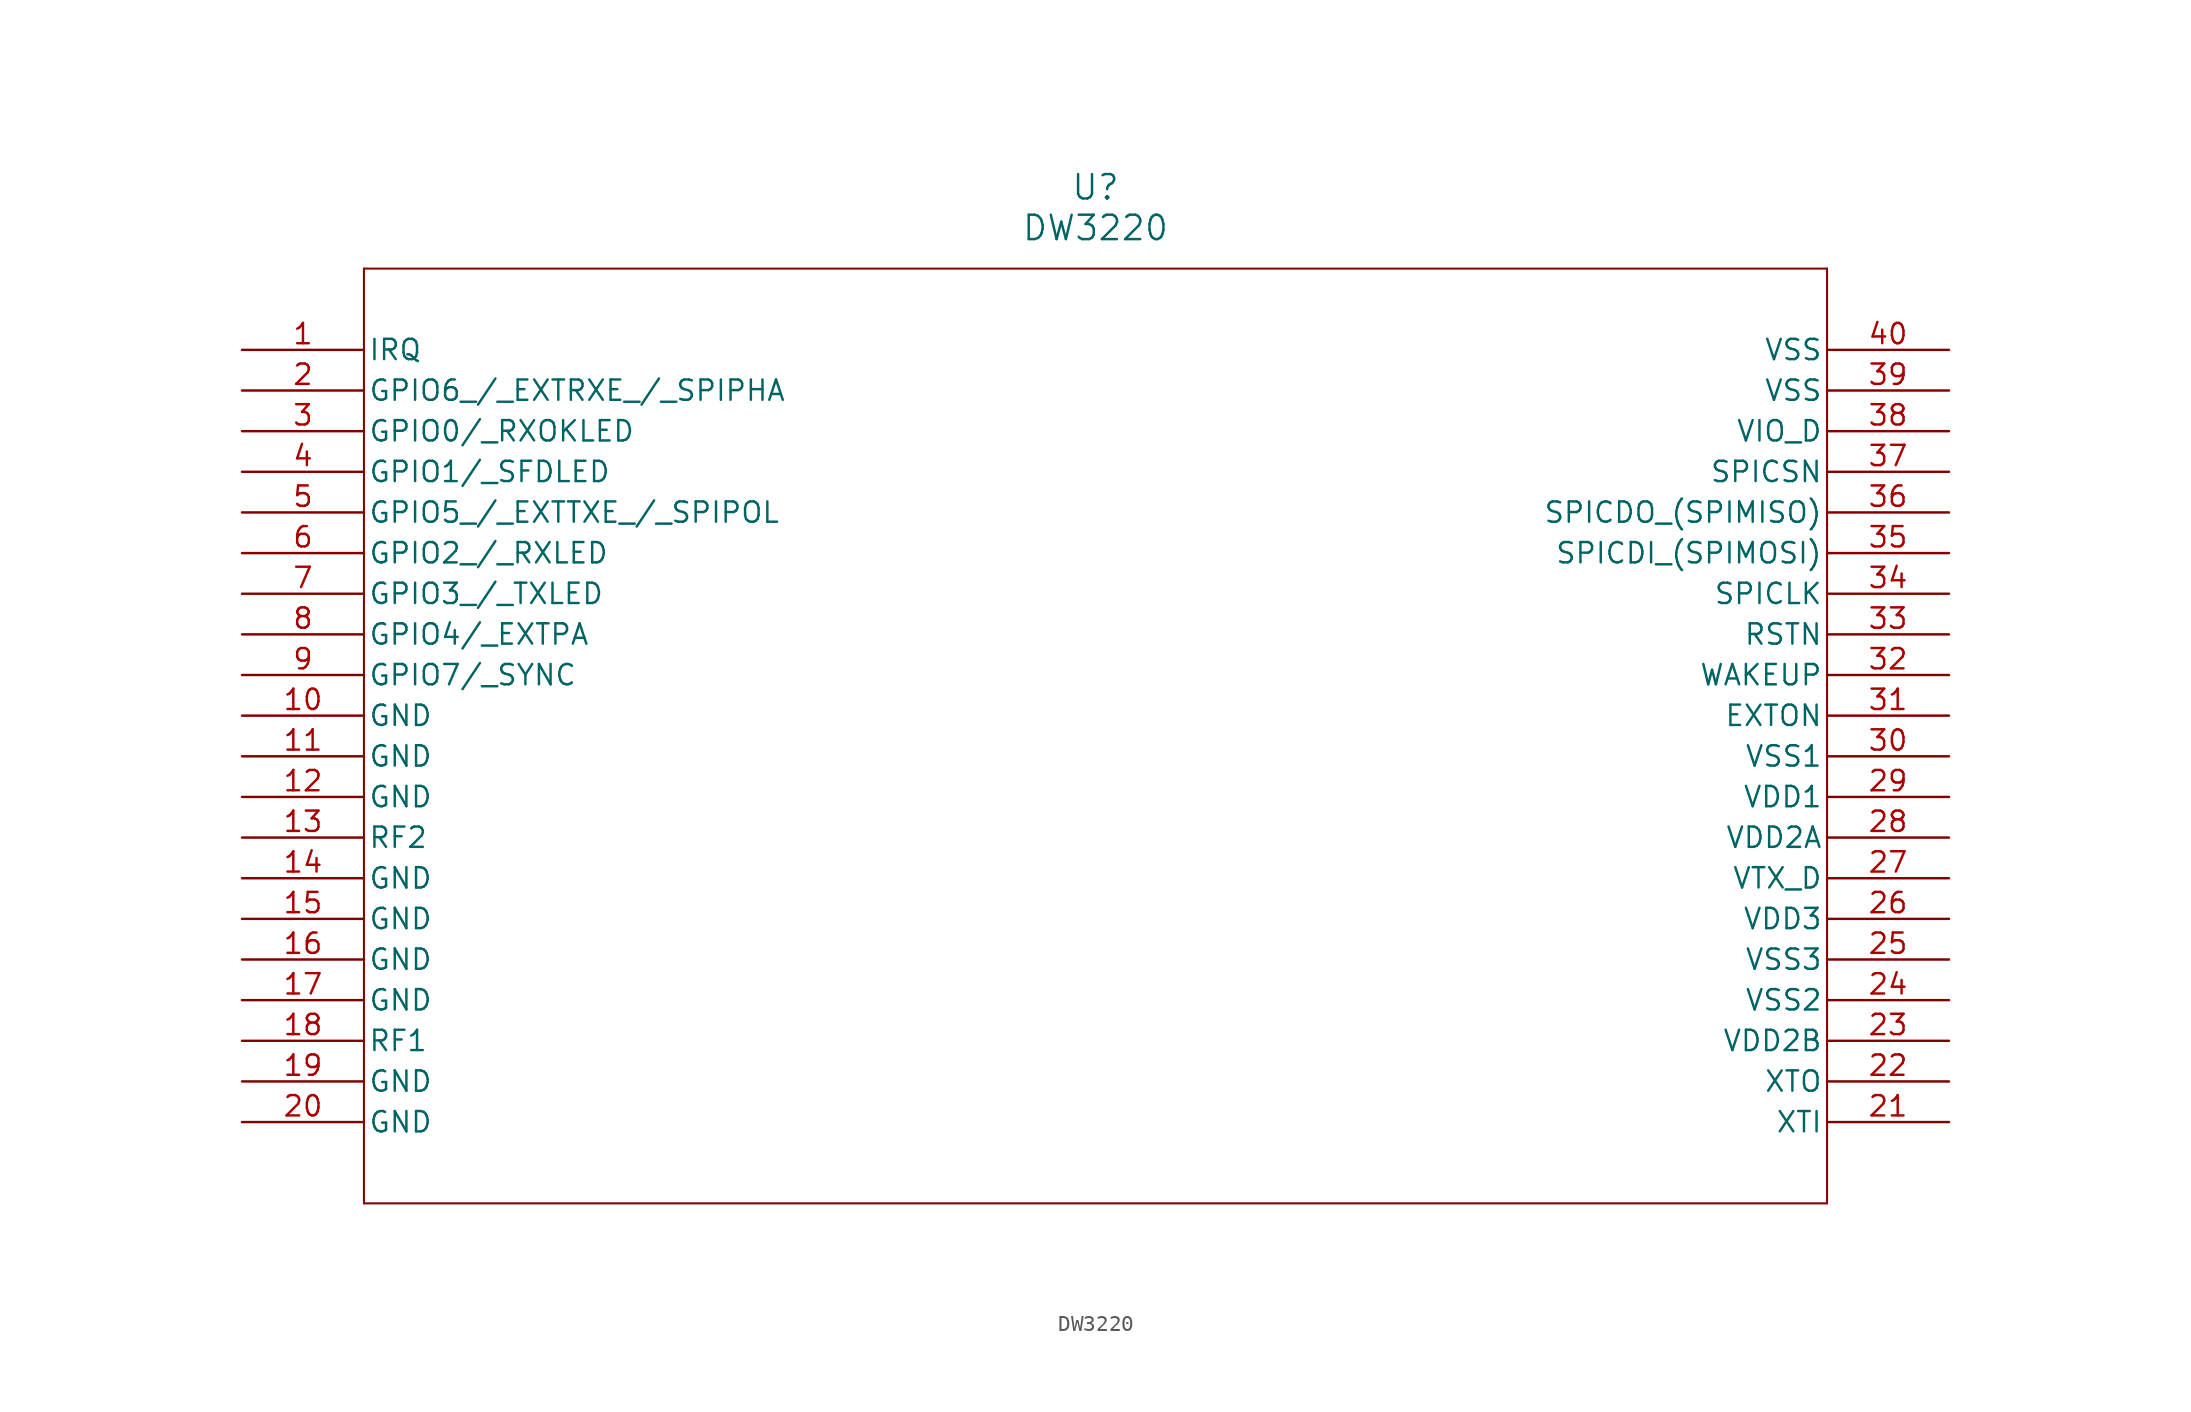
<source format=kicad_sym>
(kicad_symbol_lib
  (version 20241209)
  (generator "kicad_symbol_editor")
  (generator_version "9.0")
  (symbol "DW3220"
    (pin_names
      (offset 0.254))
    (property "Reference" "U"
      (at 53.34 10.16 0)
      (effects (font (size 1.524 1.524))))
    (property "Value" "DW3220"
      (at 53.34 7.62 0)
      (effects (font (size 1.524 1.524))))
    (symbol "DW3220_0_1"
      (polyline (pts (xy 7.62 5.08) (xy 7.62 -53.34)) (stroke (width 0.127) (type default)) (fill (type none)))
      (polyline (pts (xy 7.62 -53.34) (xy 99.06 -53.34)) (stroke (width 0.127) (type default)) (fill (type none)))
      (polyline (pts (xy 99.06 5.08) (xy 7.62 5.08)) (stroke (width 0.127) (type default)) (fill (type none)))
      (polyline (pts (xy 99.06 -53.34) (xy 99.06 5.08)) (stroke (width 0.127) (type default)) (fill (type none)))
      (pin bidirectional line (at 0 0 0) (length 7.62) (name "IRQ" (effects (font (size 1.27 1.27)))) (number "1" (effects (font (size 1.27 1.27)))))
      (pin bidirectional line (at 0 -2.54 0) (length 7.62) (name "GPIO6_/_EXTRXE_/_SPIPHA" (effects (font (size 1.27 1.27)))) (number "2" (effects (font (size 1.27 1.27)))))
      (pin bidirectional line (at 0 -5.08 0) (length 7.62) (name "GPIO0/_RXOKLED" (effects (font (size 1.27 1.27)))) (number "3" (effects (font (size 1.27 1.27)))))
      (pin bidirectional line (at 0 -7.62 0) (length 7.62) (name "GPIO1/_SFDLED" (effects (font (size 1.27 1.27)))) (number "4" (effects (font (size 1.27 1.27)))))
      (pin bidirectional line (at 0 -10.16 0) (length 7.62) (name "GPIO5_/_EXTTXE_/_SPIPOL" (effects (font (size 1.27 1.27)))) (number "5" (effects (font (size 1.27 1.27)))))
      (pin bidirectional line (at 0 -12.7 0) (length 7.62) (name "GPIO2_/_RXLED" (effects (font (size 1.27 1.27)))) (number "6" (effects (font (size 1.27 1.27)))))
      (pin bidirectional line (at 0 -15.24 0) (length 7.62) (name "GPIO3_/_TXLED" (effects (font (size 1.27 1.27)))) (number "7" (effects (font (size 1.27 1.27)))))
      (pin bidirectional line (at 0 -17.78 0) (length 7.62) (name "GPIO4/_EXTPA" (effects (font (size 1.27 1.27)))) (number "8" (effects (font (size 1.27 1.27)))))
      (pin bidirectional line (at 0 -20.32 0) (length 7.62) (name "GPIO7/_SYNC" (effects (font (size 1.27 1.27)))) (number "9" (effects (font (size 1.27 1.27)))))
      (pin power_out line (at 0 -22.86 0) (length 7.62) (name "GND" (effects (font (size 1.27 1.27)))) (number "10" (effects (font (size 1.27 1.27)))))
      (pin power_out line (at 0 -25.4 0) (length 7.62) (name "GND" (effects (font (size 1.27 1.27)))) (number "11" (effects (font (size 1.27 1.27)))))
      (pin power_out line (at 0 -27.94 0) (length 7.62) (name "GND" (effects (font (size 1.27 1.27)))) (number "12" (effects (font (size 1.27 1.27)))))
      (pin bidirectional line (at 0 -30.48 0) (length 7.62) (name "RF2" (effects (font (size 1.27 1.27)))) (number "13" (effects (font (size 1.27 1.27)))))
      (pin power_out line (at 0 -33.02 0) (length 7.62) (name "GND" (effects (font (size 1.27 1.27)))) (number "14" (effects (font (size 1.27 1.27)))))
      (pin power_out line (at 0 -35.56 0) (length 7.62) (name "GND" (effects (font (size 1.27 1.27)))) (number "15" (effects (font (size 1.27 1.27)))))
      (pin power_out line (at 0 -38.1 0) (length 7.62) (name "GND" (effects (font (size 1.27 1.27)))) (number "16" (effects (font (size 1.27 1.27)))))
      (pin power_out line (at 0 -40.64 0) (length 7.62) (name "GND" (effects (font (size 1.27 1.27)))) (number "17" (effects (font (size 1.27 1.27)))))
      (pin bidirectional line (at 0 -43.18 0) (length 7.62) (name "RF1" (effects (font (size 1.27 1.27)))) (number "18" (effects (font (size 1.27 1.27)))))
      (pin power_out line (at 0 -45.72 0) (length 7.62) (name "GND" (effects (font (size 1.27 1.27)))) (number "19" (effects (font (size 1.27 1.27)))))
      (pin power_out line (at 0 -48.26 0) (length 7.62) (name "GND" (effects (font (size 1.27 1.27)))) (number "20" (effects (font (size 1.27 1.27)))))
      (pin power_out line (at 106.68 0 180) (length 7.62) (name "VSS" (effects (font (size 1.27 1.27)))) (number "40" (effects (font (size 1.27 1.27)))))
      (pin power_out line (at 106.68 -2.54 180) (length 7.62) (name "VSS" (effects (font (size 1.27 1.27)))) (number "39" (effects (font (size 1.27 1.27)))))
      (pin power_in line (at 106.68 -5.08 180) (length 7.62) (name "VIO_D" (effects (font (size 1.27 1.27)))) (number "38" (effects (font (size 1.27 1.27)))))
      (pin input line (at 106.68 -7.62 180) (length 7.62) (name "SPICSN" (effects (font (size 1.27 1.27)))) (number "37" (effects (font (size 1.27 1.27)))))
      (pin output line (at 106.68 -10.16 180) (length 7.62) (name "SPICDO_(SPIMISO)" (effects (font (size 1.27 1.27)))) (number "36" (effects (font (size 1.27 1.27)))))
      (pin input line (at 106.68 -12.7 180) (length 7.62) (name "SPICDI_(SPIMOSI)" (effects (font (size 1.27 1.27)))) (number "35" (effects (font (size 1.27 1.27)))))
      (pin input line (at 106.68 -15.24 180) (length 7.62) (name "SPICLK" (effects (font (size 1.27 1.27)))) (number "34" (effects (font (size 1.27 1.27)))))
      (pin bidirectional line (at 106.68 -17.78 180) (length 7.62) (name "RSTN" (effects (font (size 1.27 1.27)))) (number "33" (effects (font (size 1.27 1.27)))))
      (pin input line (at 106.68 -20.32 180) (length 7.62) (name "WAKEUP" (effects (font (size 1.27 1.27)))) (number "32" (effects (font (size 1.27 1.27)))))
      (pin output line (at 106.68 -22.86 180) (length 7.62) (name "EXTON" (effects (font (size 1.27 1.27)))) (number "31" (effects (font (size 1.27 1.27)))))
      (pin power_out line (at 106.68 -25.4 180) (length 7.62) (name "VSS1" (effects (font (size 1.27 1.27)))) (number "30" (effects (font (size 1.27 1.27)))))
      (pin power_in line (at 106.68 -27.94 180) (length 7.62) (name "VDD1" (effects (font (size 1.27 1.27)))) (number "29" (effects (font (size 1.27 1.27)))))
      (pin power_in line (at 106.68 -30.48 180) (length 7.62) (name "VDD2A" (effects (font (size 1.27 1.27)))) (number "28" (effects (font (size 1.27 1.27)))))
      (pin power_in line (at 106.68 -33.02 180) (length 7.62) (name "VTX_D" (effects (font (size 1.27 1.27)))) (number "27" (effects (font (size 1.27 1.27)))))
      (pin power_in line (at 106.68 -35.56 180) (length 7.62) (name "VDD3" (effects (font (size 1.27 1.27)))) (number "26" (effects (font (size 1.27 1.27)))))
      (pin power_out line (at 106.68 -38.1 180) (length 7.62) (name "VSS3" (effects (font (size 1.27 1.27)))) (number "25" (effects (font (size 1.27 1.27)))))
      (pin power_out line (at 106.68 -40.64 180) (length 7.62) (name "VSS2" (effects (font (size 1.27 1.27)))) (number "24" (effects (font (size 1.27 1.27)))))
      (pin power_in line (at 106.68 -43.18 180) (length 7.62) (name "VDD2B" (effects (font (size 1.27 1.27)))) (number "23" (effects (font (size 1.27 1.27)))))
      (pin input line (at 106.68 -45.72 180) (length 7.62) (name "XTO" (effects (font (size 1.27 1.27)))) (number "22" (effects (font (size 1.27 1.27)))))
      (pin input line (at 106.68 -48.26 180) (length 7.62) (name "XTI" (effects (font (size 1.27 1.27)))) (number "21" (effects (font (size 1.27 1.27))))))))
</source>
